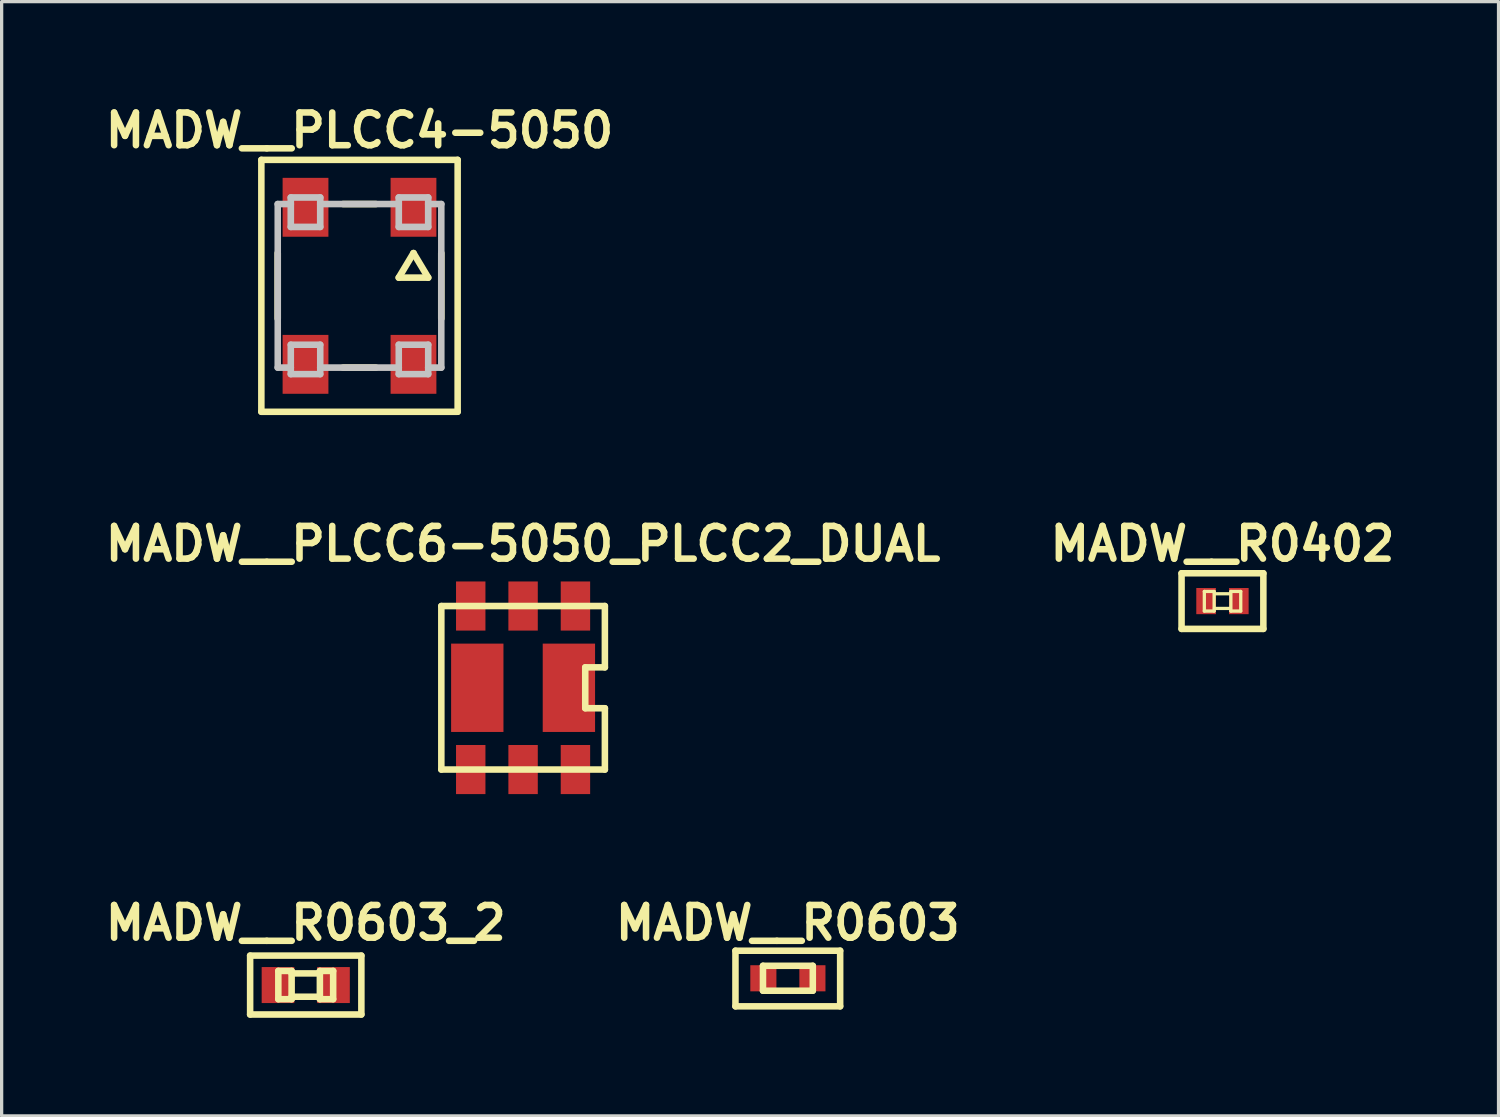
<source format=kicad_pcb>
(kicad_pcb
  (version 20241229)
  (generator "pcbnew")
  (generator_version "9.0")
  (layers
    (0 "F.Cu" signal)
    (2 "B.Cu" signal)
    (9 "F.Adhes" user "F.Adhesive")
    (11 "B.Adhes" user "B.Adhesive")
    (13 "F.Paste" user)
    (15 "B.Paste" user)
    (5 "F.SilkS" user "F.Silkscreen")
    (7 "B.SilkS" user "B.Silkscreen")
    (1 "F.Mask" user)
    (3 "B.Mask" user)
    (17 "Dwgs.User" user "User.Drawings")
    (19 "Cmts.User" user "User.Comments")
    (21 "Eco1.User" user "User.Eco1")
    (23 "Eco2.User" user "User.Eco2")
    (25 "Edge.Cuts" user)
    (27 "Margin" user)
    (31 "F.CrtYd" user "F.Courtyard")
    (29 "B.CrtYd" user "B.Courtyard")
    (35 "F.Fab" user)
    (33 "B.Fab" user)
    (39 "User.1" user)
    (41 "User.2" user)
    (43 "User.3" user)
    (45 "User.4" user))
  (footprint "MADW__PLCC6-5050_PLCC2_DUAL"
    (layer "F.Cu")
    (at 12.938 17.972)
    (property "Reference" "MADW__PLCC6-5050_PLCC2_DUAL" (at 0 -4.4 0) (layer "F.SilkS") (effects (font (size 1 1) (thickness 0.2))))
    (attr through_hole)
    (fp_line (start -2.499 -2.499) (end 2.499 -2.499) (stroke (width 0.2) (type solid)) (layer "F.SilkS"))
    (fp_line (start -2.499 2.499) (end -2.499 -2.499) (stroke (width 0.2) (type solid)) (layer "F.SilkS"))
    (fp_line (start 1.9 -0.625) (end 1.9 0.625) (stroke (width 0.2) (type solid)) (layer "F.SilkS"))
    (fp_line (start 2.499 2.499) (end -2.499 2.499) (stroke (width 0.2) (type solid)) (layer "F.SilkS"))
    (fp_line (start 2.5 -2.5) (end 2.5 -0.625) (stroke (width 0.2) (type solid)) (layer "F.SilkS"))
    (fp_line (start 2.5 -0.625) (end 1.9 -0.625) (stroke (width 0.2) (type solid)) (layer "F.SilkS"))
    (fp_line (start 2.5 0.625) (end 1.9 0.625) (stroke (width 0.2) (type solid)) (layer "F.SilkS"))
    (fp_line (start 2.5 2.5) (end 2.5 0.625) (stroke (width 0.2) (type solid)) (layer "F.SilkS"))
    (pad "1" smd rect (at 1.6 -2.499) (size 0.899 1.501) (layers "F.Cu" "F.Mask" "F.Paste"))
    (pad "2" smd rect (at 0 -2.499) (size 0.899 1.501) (layers "F.Cu" "F.Mask" "F.Paste"))
    (pad "3" smd rect (at -1.6 -2.499) (size 0.899 1.501) (layers "F.Cu" "F.Mask" "F.Paste"))
    (pad "3" smd rect (at -1.4 0) (size 1.6 2.7) (layers "F.Cu" "F.Mask" "F.Paste"))
    (pad "4" smd rect (at -1.6 2.499) (size 0.899 1.501) (layers "F.Cu" "F.Mask" "F.Paste"))
    (pad "5" smd rect (at 0 2.499) (size 0.899 1.501) (layers "F.Cu" "F.Mask" "F.Paste"))
    (pad "6" smd rect (at 1.4 0) (size 1.6 2.7) (layers "F.Cu" "F.Mask" "F.Paste"))
    (pad "6" smd rect (at 1.6 2.499) (size 0.899 1.501) (layers "F.Cu" "F.Mask" "F.Paste")))
  (footprint "MADW__R0402"
    (layer "F.Cu")
    (at 34.314 15.322)
    (property "Reference" "MADW__R0402" (at 0 -1.75 0) (layer "F.SilkS") (effects (font (size 1 1) (thickness 0.2))))
    (attr smd)
    (fp_line (start -1.25 -0.85) (end 1.25 -0.85) (stroke (width 0.2) (type solid)) (layer "F.SilkS"))
    (fp_line (start -1.25 0.85) (end -1.25 -0.85) (stroke (width 0.2) (type solid)) (layer "F.SilkS"))
    (fp_line (start -0.554 -0.295) (end -0.254 -0.295) (stroke (width 0.1) (type solid)) (layer "F.SilkS"))
    (fp_line (start -0.554 0.305) (end -0.554 -0.295) (stroke (width 0.1) (type solid)) (layer "F.SilkS"))
    (fp_line (start -0.554 0.305) (end -0.254 0.305) (stroke (width 0.1) (type solid)) (layer "F.SilkS"))
    (fp_line (start -0.254 0.305) (end -0.254 -0.295) (stroke (width 0.1) (type solid)) (layer "F.SilkS"))
    (fp_line (start -0.244 -0.224) (end 0.244 -0.224) (stroke (width 0.1) (type solid)) (layer "F.SilkS"))
    (fp_line (start 0.244 0.224) (end -0.244 0.224) (stroke (width 0.1) (type solid)) (layer "F.SilkS"))
    (fp_line (start 0.257 -0.295) (end 0.559 -0.295) (stroke (width 0.1) (type solid)) (layer "F.SilkS"))
    (fp_line (start 0.257 0.305) (end 0.257 -0.295) (stroke (width 0.1) (type solid)) (layer "F.SilkS"))
    (fp_line (start 0.257 0.305) (end 0.559 0.305) (stroke (width 0.1) (type solid)) (layer "F.SilkS"))
    (fp_line (start 0.559 0.305) (end 0.559 -0.295) (stroke (width 0.1) (type solid)) (layer "F.SilkS"))
    (fp_line (start 1.25 -0.85) (end 1.25 0.85) (stroke (width 0.2) (type solid)) (layer "F.SilkS"))
    (fp_line (start 1.25 0.85) (end -1.25 0.85) (stroke (width 0.2) (type solid)) (layer "F.SilkS"))
    (pad "1" smd rect (at -0.5 0) (size 0.6 0.8) (layers "F.Cu" "F.Mask" "F.Paste"))
    (pad "2" smd rect (at 0.5 0) (size 0.6 0.8) (layers "F.Cu" "F.Mask" "F.Paste")))
  (footprint "MADW__PLCC4-5050"
    (layer "F.Cu")
    (at 7.938 5.686)
    (property "Reference" "MADW__PLCC4-5050" (at 0 -4.75 0) (layer "F.SilkS") (effects (font (size 1 1) (thickness 0.2))))
    (attr through_hole)
    (fp_line (start -3 -3.85) (end 3 -3.85) (stroke (width 0.2) (type solid)) (layer "F.SilkS"))
    (fp_line (start -3 3.85) (end -3 -3.85) (stroke (width 0.2) (type solid)) (layer "F.SilkS"))
    (fp_line (start -2.5 -1) (end -2.5 1) (stroke (width 0.203) (type solid)) (layer "F.SilkS"))
    (fp_line (start -0.5 -2.5) (end 0.5 -2.5) (stroke (width 0.203) (type solid)) (layer "F.SilkS"))
    (fp_line (start -0.5 2.5) (end 0.5 2.5) (stroke (width 0.203) (type solid)) (layer "F.SilkS"))
    (fp_line (start 1.2 -0.25) (end 2.1 -0.25) (stroke (width 0.203) (type solid)) (layer "F.SilkS"))
    (fp_line (start 1.65 -1) (end 1.2 -0.25) (stroke (width 0.203) (type solid)) (layer "F.SilkS"))
    (fp_line (start 2.1 -0.25) (end 1.65 -1) (stroke (width 0.203) (type solid)) (layer "F.SilkS"))
    (fp_line (start 2.5 -1) (end 2.5 1) (stroke (width 0.203) (type solid)) (layer "F.SilkS"))
    (fp_line (start 3 -3.85) (end 3 3.85) (stroke (width 0.2) (type solid)) (layer "F.SilkS"))
    (fp_line (start 3 3.85) (end -3 3.85) (stroke (width 0.2) (type solid)) (layer "F.SilkS"))
    (fp_line (start -2.5 -2.5) (end -2.1 -2.5) (stroke (width 0.203) (type solid)) (layer "Dwgs.User"))
    (fp_line (start -2.5 2.5) (end -2.1 2.5) (stroke (width 0.203) (type solid)) (layer "Dwgs.User"))
    (fp_line (start -2.499 2.499) (end -2.499 -2.499) (stroke (width 0.2) (type solid)) (layer "Dwgs.User"))
    (fp_line (start -2.1 -2.7) (end -1.2 -2.7) (stroke (width 0.203) (type solid)) (layer "Dwgs.User"))
    (fp_line (start -2.1 -1.8) (end -2.1 -2.7) (stroke (width 0.203) (type solid)) (layer "Dwgs.User"))
    (fp_line (start -2.1 1.8) (end -1.2 1.8) (stroke (width 0.2) (type solid)) (layer "Dwgs.User"))
    (fp_line (start -2.1 2.7) (end -2.1 1.8) (stroke (width 0.2) (type solid)) (layer "Dwgs.User"))
    (fp_line (start -1.2 -2.7) (end -1.2 -1.8) (stroke (width 0.203) (type solid)) (layer "Dwgs.User"))
    (fp_line (start -1.2 -2.5) (end 1.2 -2.5) (stroke (width 0.203) (type solid)) (layer "Dwgs.User"))
    (fp_line (start -1.2 -1.8) (end -2.1 -1.8) (stroke (width 0.203) (type solid)) (layer "Dwgs.User"))
    (fp_line (start -1.2 1.8) (end -1.2 2.7) (stroke (width 0.2) (type solid)) (layer "Dwgs.User"))
    (fp_line (start -1.2 2.5) (end 1.2 2.5) (stroke (width 0.203) (type solid)) (layer "Dwgs.User"))
    (fp_line (start -1.2 2.7) (end -2.1 2.7) (stroke (width 0.2) (type solid)) (layer "Dwgs.User"))
    (fp_line (start 1.2 -2.7) (end 1.2 -1.8) (stroke (width 0.203) (type solid)) (layer "Dwgs.User"))
    (fp_line (start 1.2 -1.8) (end 2.1 -1.8) (stroke (width 0.203) (type solid)) (layer "Dwgs.User"))
    (fp_line (start 1.2 1.8) (end 2.1 1.8) (stroke (width 0.2) (type solid)) (layer "Dwgs.User"))
    (fp_line (start 1.2 2.7) (end 1.2 1.8) (stroke (width 0.2) (type solid)) (layer "Dwgs.User"))
    (fp_line (start 2.1 -2.7) (end 1.2 -2.7) (stroke (width 0.203) (type solid)) (layer "Dwgs.User"))
    (fp_line (start 2.1 -2.5) (end 2.5 -2.5) (stroke (width 0.203) (type solid)) (layer "Dwgs.User"))
    (fp_line (start 2.1 -1.8) (end 2.1 -2.7) (stroke (width 0.203) (type solid)) (layer "Dwgs.User"))
    (fp_line (start 2.1 1.8) (end 2.1 2.7) (stroke (width 0.2) (type solid)) (layer "Dwgs.User"))
    (fp_line (start 2.1 2.5) (end 2.5 2.5) (stroke (width 0.203) (type solid)) (layer "Dwgs.User"))
    (fp_line (start 2.1 2.7) (end 1.2 2.7) (stroke (width 0.2) (type solid)) (layer "Dwgs.User"))
    (fp_line (start 2.5 -2.5) (end 2.5 2.5) (stroke (width 0.2) (type solid)) (layer "Dwgs.User"))
    (pad "1" smd rect (at 1.65 -2.4) (size 1.4 1.8) (layers "F.Cu" "F.Mask" "F.Paste"))
    (pad "2" smd rect (at -1.65 -2.4) (size 1.4 1.8) (layers "F.Cu" "F.Mask" "F.Paste"))
    (pad "3" smd rect (at -1.65 2.4) (size 1.4 1.8) (layers "F.Cu" "F.Mask" "F.Paste"))
    (pad "4" smd rect (at 1.65 2.4) (size 1.4 1.8) (layers "F.Cu" "F.Mask" "F.Paste")))
  (footprint "MADW__R0603"
    (layer "F.Cu")
    (at 21.029 26.858)
    (property "Reference" "MADW__R0603" (at 0 -1.7 0) (layer "F.SilkS") (effects (font (size 1 1) (thickness 0.2))))
    (attr smd)
    (fp_line (start -1.6 0.85) (end -1.6 -0.85) (stroke (width 0.2) (type solid)) (layer "F.SilkS"))
    (fp_line (start -1.6 0.85) (end 1.6 0.85) (stroke (width 0.2) (type solid)) (layer "F.SilkS"))
    (fp_line (start -0.759 -0.389) (end 0.764 -0.389) (stroke (width 0.2) (type solid)) (layer "F.SilkS"))
    (fp_line (start -0.759 0.373) (end -0.759 -0.389) (stroke (width 0.2) (type solid)) (layer "F.SilkS"))
    (fp_line (start 0.764 -0.389) (end 0.764 0.373) (stroke (width 0.2) (type solid)) (layer "F.SilkS"))
    (fp_line (start 0.764 0.373) (end -0.759 0.373) (stroke (width 0.2) (type solid)) (layer "F.SilkS"))
    (fp_line (start 1.6 -0.85) (end -1.6 -0.85) (stroke (width 0.2) (type solid)) (layer "F.SilkS"))
    (fp_line (start 1.6 -0.85) (end 1.6 0.85) (stroke (width 0.2) (type solid)) (layer "F.SilkS"))
    (pad "1" smd rect (at -0.747 -0.007 90) (size 0.798 0.798) (layers "F.Cu" "F.Mask" "F.Paste"))
    (pad "2" smd rect (at 0.752 -0.007 90) (size 0.798 0.798) (layers "F.Cu" "F.Mask" "F.Paste")))
  (footprint "MADW__R0603_2"
    (layer "F.Cu")
    (at 6.295 27.058)
    (property "Reference" "MADW__R0603_2" (at 0 -1.9 0) (layer "F.SilkS") (effects (font (size 1 1) (thickness 0.2))))
    (attr smd)
    (fp_line (start -1.7 -0.9) (end 1.7 -0.9) (stroke (width 0.2) (type solid)) (layer "F.SilkS"))
    (fp_line (start -1.7 0.9) (end -1.7 -0.9) (stroke (width 0.2) (type solid)) (layer "F.SilkS"))
    (fp_line (start -0.838 -0.432) (end -0.432 -0.432) (stroke (width 0.2) (type solid)) (layer "F.SilkS"))
    (fp_line (start -0.838 0.432) (end -0.838 -0.432) (stroke (width 0.2) (type solid)) (layer "F.SilkS"))
    (fp_line (start -0.838 0.432) (end -0.432 0.432) (stroke (width 0.2) (type solid)) (layer "F.SilkS"))
    (fp_line (start -0.432 0.356) (end 0.432 0.356) (stroke (width 0.2) (type solid)) (layer "F.SilkS"))
    (fp_line (start -0.432 0.432) (end -0.432 -0.432) (stroke (width 0.2) (type solid)) (layer "F.SilkS"))
    (fp_line (start 0.432 -0.432) (end 0.838 -0.432) (stroke (width 0.2) (type solid)) (layer "F.SilkS"))
    (fp_line (start 0.432 -0.356) (end -0.432 -0.356) (stroke (width 0.2) (type solid)) (layer "F.SilkS"))
    (fp_line (start 0.432 0.432) (end 0.432 -0.432) (stroke (width 0.2) (type solid)) (layer "F.SilkS"))
    (fp_line (start 0.432 0.432) (end 0.838 0.432) (stroke (width 0.2) (type solid)) (layer "F.SilkS"))
    (fp_line (start 0.838 0.432) (end 0.838 -0.432) (stroke (width 0.2) (type solid)) (layer "F.SilkS"))
    (fp_line (start 1.7 -0.9) (end 1.7 0.9) (stroke (width 0.2) (type solid)) (layer "F.SilkS"))
    (fp_line (start 1.7 0.9) (end -1.7 0.9) (stroke (width 0.2) (type solid)) (layer "F.SilkS"))
    (pad "1" smd rect (at -0.848 0) (size 0.998 1.1) (layers "F.Cu" "F.Mask" "F.Paste"))
    (pad "2" smd rect (at 0.848 0) (size 0.998 1.1) (layers "F.Cu" "F.Mask" "F.Paste")))
  (gr_rect
    (start -3 -3)
    (end 42.752 31.058)
    (stroke (width 0.1) (type default))
    (fill no)
    (layer "Edge.Cuts")))
</source>
